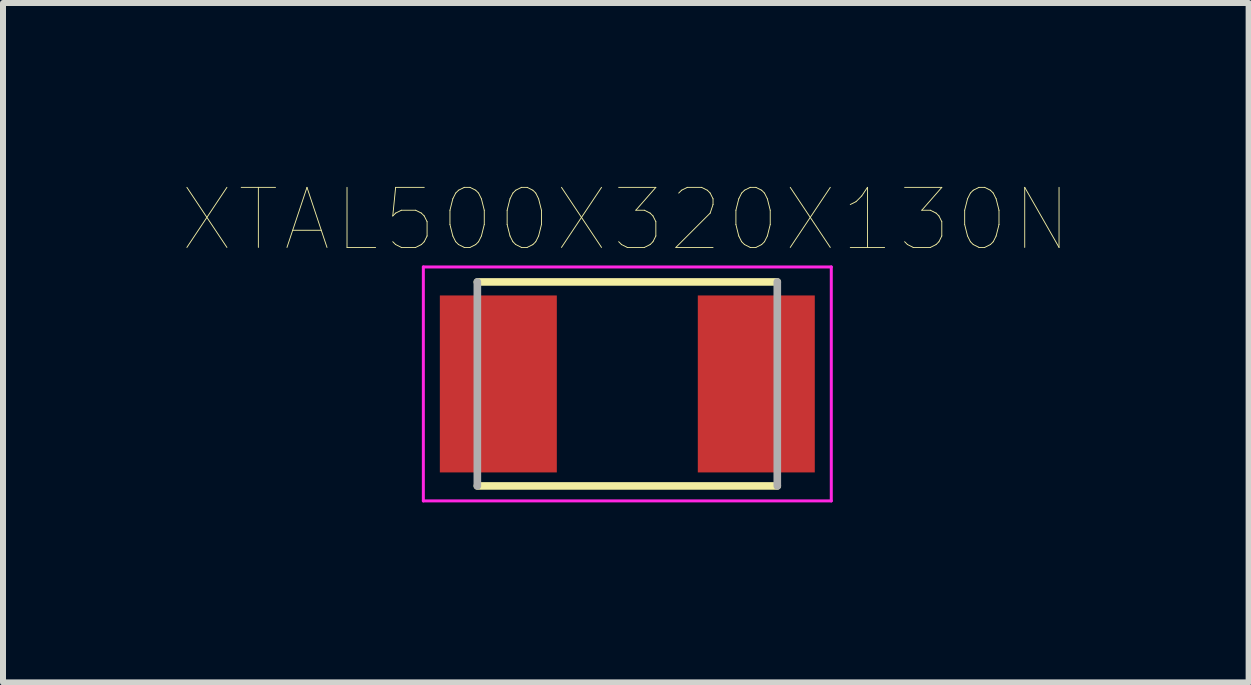
<source format=kicad_pcb>
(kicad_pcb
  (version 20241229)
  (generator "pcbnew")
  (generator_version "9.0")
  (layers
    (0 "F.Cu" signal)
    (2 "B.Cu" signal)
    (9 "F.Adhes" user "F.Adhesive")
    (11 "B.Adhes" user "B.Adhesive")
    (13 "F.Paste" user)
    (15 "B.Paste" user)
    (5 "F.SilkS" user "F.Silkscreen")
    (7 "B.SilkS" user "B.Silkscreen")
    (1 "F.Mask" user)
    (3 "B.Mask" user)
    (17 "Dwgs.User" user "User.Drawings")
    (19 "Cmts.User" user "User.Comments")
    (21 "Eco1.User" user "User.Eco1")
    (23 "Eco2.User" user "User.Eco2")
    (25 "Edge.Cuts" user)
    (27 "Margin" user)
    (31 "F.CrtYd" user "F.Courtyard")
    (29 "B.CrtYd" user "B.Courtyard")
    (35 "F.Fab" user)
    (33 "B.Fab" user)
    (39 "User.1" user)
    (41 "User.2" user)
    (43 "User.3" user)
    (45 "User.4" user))
  (footprint "XTAL500X320X130N"
    (layer "F.Cu")
    (at 7.407 3.35)
    (property "Reference" "XTAL500X320X130N" (at -0.025 -2.738 0) (layer "F.SilkS") (effects (font (size 1.001 1.001) (thickness 0.015))))
    (attr through_hole)
    (fp_line (start -2.5 -1.7) (end 2.5 -1.7) (stroke (width 0.127) (type solid)) (layer "F.SilkS"))
    (fp_line (start 2.5 1.7) (end -2.5 1.7) (stroke (width 0.127) (type solid)) (layer "F.SilkS"))
    (fp_line (start -3.4 -1.95) (end 3.4 -1.95) (stroke (width 0.05) (type solid)) (layer "F.CrtYd"))
    (fp_line (start -3.4 1.95) (end -3.4 -1.95) (stroke (width 0.05) (type solid)) (layer "F.CrtYd"))
    (fp_line (start 3.4 -1.95) (end 3.4 1.95) (stroke (width 0.05) (type solid)) (layer "F.CrtYd"))
    (fp_line (start 3.4 1.95) (end -3.4 1.95) (stroke (width 0.05) (type solid)) (layer "F.CrtYd"))
    (fp_line (start -2.5 1.7) (end -2.5 -1.7) (stroke (width 0.127) (type solid)) (layer "F.Fab"))
    (fp_line (start 2.5 -1.7) (end 2.5 1.7) (stroke (width 0.127) (type solid)) (layer "F.Fab"))
    (pad "1" smd rect (at -2.15 0) (size 1.95 2.95) (layers "F.Cu" "F.Mask" "F.Paste"))
    (pad "2" smd rect (at 2.15 0) (size 1.95 2.95) (layers "F.Cu" "F.Mask" "F.Paste")))
  (gr_rect
    (start -3 -3)
    (end 17.764 8.325)
    (stroke (width 0.1) (type default))
    (fill no)
    (layer "Edge.Cuts")))
</source>
